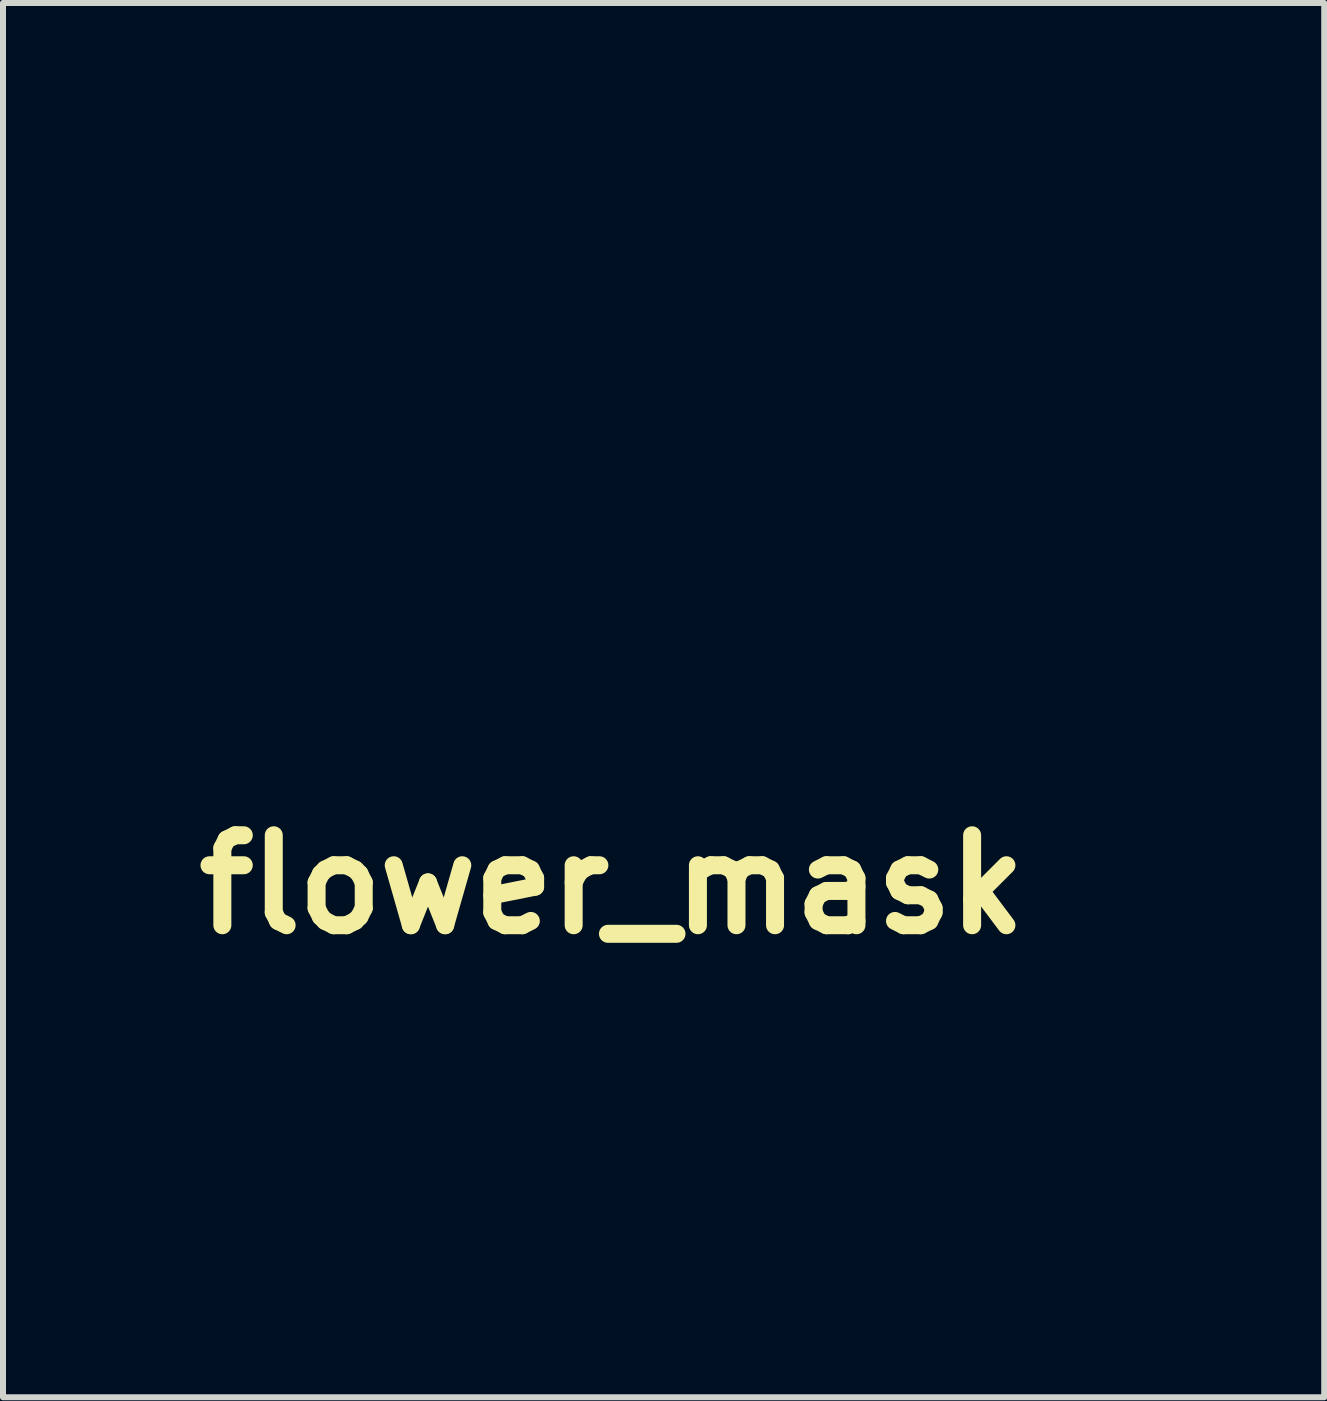
<source format=kicad_pcb>
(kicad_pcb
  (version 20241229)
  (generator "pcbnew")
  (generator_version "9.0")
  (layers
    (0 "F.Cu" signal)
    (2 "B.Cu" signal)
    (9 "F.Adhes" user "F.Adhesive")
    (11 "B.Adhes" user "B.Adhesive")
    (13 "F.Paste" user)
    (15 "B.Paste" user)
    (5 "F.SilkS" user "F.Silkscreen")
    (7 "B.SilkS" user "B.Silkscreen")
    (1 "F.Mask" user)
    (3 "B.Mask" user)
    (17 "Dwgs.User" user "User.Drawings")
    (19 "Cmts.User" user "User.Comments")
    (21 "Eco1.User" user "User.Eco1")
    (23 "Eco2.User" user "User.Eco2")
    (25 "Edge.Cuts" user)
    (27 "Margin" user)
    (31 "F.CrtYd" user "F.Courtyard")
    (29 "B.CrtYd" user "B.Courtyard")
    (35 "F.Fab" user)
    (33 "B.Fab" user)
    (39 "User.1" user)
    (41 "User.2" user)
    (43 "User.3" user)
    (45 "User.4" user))
  (footprint "flower_mask"
    (layer "F.Cu")
    (at 7.157 11.697)
    (property "Reference" "flower_mask" (at 0 0 0) (layer "F.SilkS") (effects (font (size 1.5 1.5) (thickness 0.3))))
    (attr board_only exclude_from_pos_files exclude_from_bom)
    (fp_poly (pts (xy 6.956 3.744) (xy 7.049 3.793) (xy 7.074 3.807) (xy 7.236 3.91) (xy 7.348 4.003) (xy 7.41 4.086) (xy 7.425 4.145) (xy 7.401 4.224) (xy 7.34 4.302) (xy 7.254 4.367) (xy 7.176 4.4) (xy 7.083 4.422) (xy 7.019 4.425) (xy 6.961 4.406) (xy 6.917 4.38) (xy 6.807 4.294) (xy 6.746 4.198) (xy 6.73 4.084) (xy 6.757 3.947) (xy 6.772 3.904) (xy 6.813 3.803) (xy 6.849 3.745) (xy 6.893 3.727)) (stroke (width 0) (type solid)) (fill yes) (layer "F.Mask"))
    (fp_poly (pts (xy 7.725 3.311) (xy 7.805 3.319) (xy 7.864 3.336) (xy 7.915 3.364) (xy 7.92 3.367) (xy 8.01 3.44) (xy 8.068 3.521) (xy 8.102 3.625) (xy 8.118 3.741) (xy 8.123 3.85) (xy 8.116 3.92) (xy 8.1 3.948) (xy 8.074 3.929) (xy 8.05 3.881) (xy 7.981 3.772) (xy 7.87 3.664) (xy 7.726 3.564) (xy 7.559 3.478) (xy 7.379 3.413) (xy 7.343 3.404) (xy 7.207 3.369) (xy 7.294 3.339) (xy 7.36 3.325) (xy 7.46 3.314) (xy 7.575 3.309) (xy 7.607 3.309)) (stroke (width 0) (type solid)) (fill yes) (layer "F.Mask"))
    (fp_poly (pts (xy -4.02 -4.118) (xy -4.016 -4.052) (xy -4.013 -3.955) (xy -4.012 -3.859) (xy -4.007 -3.676) (xy -3.991 -3.537) (xy -3.973 -3.465) (xy -3.949 -3.393) (xy -3.935 -3.342) (xy -3.934 -3.331) (xy -3.957 -3.318) (xy -4.017 -3.31) (xy -4.062 -3.309) (xy -4.158 -3.317) (xy -4.231 -3.347) (xy -4.274 -3.379) (xy -4.364 -3.483) (xy -4.416 -3.606) (xy -4.429 -3.735) (xy -4.401 -3.857) (xy -4.362 -3.925) (xy -4.313 -3.974) (xy -4.239 -4.031) (xy -4.156 -4.084) (xy -4.081 -4.125) (xy -4.028 -4.142) (xy -4.026 -4.142)) (stroke (width 0) (type solid)) (fill yes) (layer "F.Mask"))
    (fp_poly (pts (xy -4.897 -11.695) (xy -4.839 -11.693) (xy -4.713 -11.685) (xy -4.622 -11.671) (xy -4.547 -11.648) (xy -4.471 -11.612) (xy -4.458 -11.605) (xy -4.309 -11.502) (xy -4.191 -11.374) (xy -4.109 -11.232) (xy -4.071 -11.084) (xy -4.069 -11.015) (xy -4.08 -10.93) (xy -4.108 -10.879) (xy -4.162 -10.857) (xy -4.25 -10.859) (xy -4.321 -10.868) (xy -4.526 -10.919) (xy -4.692 -11.004) (xy -4.825 -11.125) (xy -4.917 -11.267) (xy -4.952 -11.341) (xy -4.991 -11.434) (xy -5.029 -11.531) (xy -5.059 -11.616) (xy -5.077 -11.676) (xy -5.08 -11.691) (xy -5.056 -11.695) (xy -4.991 -11.697)) (stroke (width 0) (type solid)) (fill yes) (layer "F.Mask"))
    (fp_poly (pts (xy -2.237 -7.141) (xy -2.109 -7.085) (xy -2.034 -7.02) (xy -1.991 -6.957) (xy -1.949 -6.876) (xy -1.914 -6.788) (xy -1.888 -6.705) (xy -1.876 -6.639) (xy -1.882 -6.6) (xy -1.895 -6.594) (xy -1.928 -6.608) (xy -1.989 -6.638) (xy -2.031 -6.66) (xy -2.124 -6.696) (xy -2.239 -6.718) (xy -2.382 -6.723) (xy -2.558 -6.714) (xy -2.773 -6.688) (xy -2.989 -6.655) (xy -3.059 -6.646) (xy -3.091 -6.652) (xy -3.1 -6.679) (xy -3.1 -6.691) (xy -3.077 -6.763) (xy -3.013 -6.845) (xy -2.918 -6.93) (xy -2.801 -7.011) (xy -2.67 -7.08) (xy -2.548 -7.127) (xy -2.386 -7.156)) (stroke (width 0) (type solid)) (fill yes) (layer "F.Mask"))
    (fp_poly (pts (xy -4.034 -11.616) (xy -3.986 -11.584) (xy -3.923 -11.531) (xy -3.892 -11.5) (xy -3.765 -11.345) (xy -3.684 -11.179) (xy -3.651 -11.011) (xy -3.652 -10.946) (xy -3.665 -10.859) (xy -3.69 -10.769) (xy -3.721 -10.684) (xy -3.755 -10.614) (xy -3.788 -10.567) (xy -3.815 -10.55) (xy -3.832 -10.573) (xy -3.834 -10.583) (xy -3.836 -10.622) (xy -3.838 -10.7) (xy -3.84 -10.805) (xy -3.841 -10.889) (xy -3.842 -11.015) (xy -3.848 -11.105) (xy -3.862 -11.178) (xy -3.888 -11.25) (xy -3.928 -11.338) (xy -3.944 -11.371) (xy -3.991 -11.467) (xy -4.029 -11.544) (xy -4.052 -11.591) (xy -4.057 -11.599) (xy -4.061 -11.623)) (stroke (width 0) (type solid)) (fill yes) (layer "F.Mask"))
    (fp_poly (pts (xy -3.785 -4.049) (xy -3.724 -4.007) (xy -3.642 -3.947) (xy -3.549 -3.876) (xy -3.453 -3.8) (xy -3.366 -3.729) (xy -3.295 -3.668) (xy -3.252 -3.626) (xy -3.249 -3.623) (xy -3.195 -3.538) (xy -3.181 -3.45) (xy -3.207 -3.343) (xy -3.219 -3.314) (xy -3.258 -3.243) (xy -3.315 -3.166) (xy -3.379 -3.095) (xy -3.438 -3.043) (xy -3.481 -3.022) (xy -3.482 -3.022) (xy -3.517 -3.041) (xy -3.565 -3.089) (xy -3.581 -3.11) (xy -3.647 -3.217) (xy -3.71 -3.358) (xy -3.763 -3.513) (xy -3.8 -3.666) (xy -3.804 -3.686) (xy -3.818 -3.791) (xy -3.826 -3.894) (xy -3.829 -3.982) (xy -3.826 -4.043) (xy -3.816 -4.064)) (stroke (width 0) (type solid)) (fill yes) (layer "F.Mask"))
    (fp_poly (pts (xy 1.906 -8.148) (xy 2.006 -8.127) (xy 2.112 -8.085) (xy 2.123 -8.08) (xy 2.279 -8.006) (xy 2.084 -7.973) (xy 1.925 -7.94) (xy 1.808 -7.9) (xy 1.72 -7.846) (xy 1.651 -7.775) (xy 1.65 -7.773) (xy 1.608 -7.702) (xy 1.562 -7.598) (xy 1.519 -7.479) (xy 1.483 -7.363) (xy 1.462 -7.266) (xy 1.459 -7.228) (xy 1.45 -7.176) (xy 1.422 -7.171) (xy 1.375 -7.214) (xy 1.322 -7.283) (xy 1.219 -7.457) (xy 1.161 -7.622) (xy 1.148 -7.727) (xy 1.152 -7.793) (xy 1.171 -7.844) (xy 1.217 -7.898) (xy 1.265 -7.944) (xy 1.402 -8.052) (xy 1.537 -8.119) (xy 1.688 -8.149) (xy 1.785 -8.153)) (stroke (width 0) (type solid)) (fill yes) (layer "F.Mask"))
    (fp_poly (pts (xy -1.015 -7.389) (xy -0.949 -7.348) (xy -0.867 -7.275) (xy -0.76 -7.167) (xy -0.716 -7.12) (xy -0.588 -6.979) (xy -0.495 -6.864) (xy -0.431 -6.768) (xy -0.397 -6.699) (xy -0.36 -6.604) (xy -0.343 -6.548) (xy -0.344 -6.52) (xy -0.361 -6.513) (xy -0.362 -6.513) (xy -0.386 -6.535) (xy -0.412 -6.588) (xy -0.413 -6.59) (xy -0.46 -6.665) (xy -0.548 -6.731) (xy -0.681 -6.792) (xy -0.785 -6.828) (xy -0.89 -6.865) (xy -0.965 -6.908) (xy -1.032 -6.97) (xy -1.067 -7.009) (xy -1.129 -7.091) (xy -1.18 -7.172) (xy -1.204 -7.22) (xy -1.219 -7.281) (xy -1.206 -7.32) (xy -1.173 -7.351) (xy -1.12 -7.387) (xy -1.069 -7.401)) (stroke (width 0) (type solid)) (fill yes) (layer "F.Mask"))
    (fp_poly (pts (xy -5.358 -11.542) (xy -5.292 -11.468) (xy -5.212 -11.344) (xy -5.174 -11.277) (xy -5.068 -11.098) (xy -4.965 -10.961) (xy -4.855 -10.858) (xy -4.729 -10.781) (xy -4.577 -10.722) (xy -4.433 -10.683) (xy -4.332 -10.658) (xy -4.253 -10.636) (xy -4.206 -10.621) (xy -4.2 -10.617) (xy -4.206 -10.591) (xy -4.254 -10.549) (xy -4.337 -10.497) (xy -4.381 -10.473) (xy -4.532 -10.418) (xy -4.683 -10.411) (xy -4.781 -10.435) (xy -4.909 -10.499) (xy -5.021 -10.594) (xy -5.12 -10.725) (xy -5.21 -10.898) (xy -5.295 -11.117) (xy -5.302 -11.137) (xy -5.341 -11.246) (xy -5.382 -11.348) (xy -5.416 -11.422) (xy -5.422 -11.432) (xy -5.455 -11.509) (xy -5.447 -11.554) (xy -5.409 -11.567)) (stroke (width 0) (type solid)) (fill yes) (layer "F.Mask"))
    (fp_poly (pts (xy 1.759 -9.133) (xy 1.943 -9.103) (xy 2.12 -9.059) (xy 2.274 -9.003) (xy 2.375 -8.949) (xy 2.438 -8.903) (xy 2.466 -8.862) (xy 2.471 -8.807) (xy 2.47 -8.784) (xy 2.462 -8.725) (xy 2.442 -8.696) (xy 2.393 -8.685) (xy 2.345 -8.681) (xy 2.184 -8.668) (xy 2.044 -8.646) (xy 1.913 -8.61) (xy 1.78 -8.557) (xy 1.631 -8.482) (xy 1.454 -8.381) (xy 1.417 -8.359) (xy 1.303 -8.292) (xy 1.222 -8.252) (xy 1.167 -8.236) (xy 1.129 -8.241) (xy 1.103 -8.26) (xy 1.095 -8.293) (xy 1.117 -8.354) (xy 1.161 -8.433) (xy 1.218 -8.547) (xy 1.267 -8.688) (xy 1.309 -8.866) (xy 1.341 -9.046) (xy 1.357 -9.144) (xy 1.584 -9.144)) (stroke (width 0) (type solid)) (fill yes) (layer "F.Mask"))
    (fp_poly (pts (xy -3.12 -7.414) (xy -2.972 -7.398) (xy -2.838 -7.375) (xy -2.726 -7.346) (xy -2.647 -7.312) (xy -2.611 -7.275) (xy -2.624 -7.249) (xy -2.665 -7.242) (xy -2.741 -7.226) (xy -2.842 -7.182) (xy -2.954 -7.119) (xy -3.062 -7.044) (xy -3.153 -6.967) (xy -3.216 -6.908) (xy -3.263 -6.868) (xy -3.283 -6.855) (xy -3.313 -6.859) (xy -3.383 -6.864) (xy -3.482 -6.872) (xy -3.569 -6.878) (xy -3.771 -6.894) (xy -3.922 -6.911) (xy -4.022 -6.931) (xy -4.073 -6.952) (xy -4.078 -6.957) (xy -4.08 -7.006) (xy -4.045 -7.074) (xy -3.983 -7.151) (xy -3.9 -7.23) (xy -3.806 -7.302) (xy -3.709 -7.36) (xy -3.648 -7.385) (xy -3.545 -7.408) (xy -3.416 -7.42) (xy -3.271 -7.422)) (stroke (width 0) (type solid)) (fill yes) (layer "F.Mask"))
    (fp_poly (pts (xy -2.963 -3.403) (xy -2.923 -3.351) (xy -2.866 -3.251) (xy -2.854 -3.227) (xy -2.785 -3.058) (xy -2.76 -2.91) (xy -2.782 -2.778) (xy -2.851 -2.653) (xy -2.969 -2.528) (xy -3.011 -2.492) (xy -3.218 -2.347) (xy -3.425 -2.248) (xy -3.628 -2.197) (xy -3.824 -2.194) (xy -3.895 -2.206) (xy -4.074 -2.267) (xy -4.214 -2.363) (xy -4.318 -2.495) (xy -4.342 -2.543) (xy -4.374 -2.622) (xy -4.392 -2.682) (xy -4.392 -2.705) (xy -4.362 -2.716) (xy -4.291 -2.727) (xy -4.191 -2.737) (xy -4.097 -2.744) (xy -3.815 -2.776) (xy -3.563 -2.838) (xy -3.347 -2.929) (xy -3.171 -3.046) (xy -3.156 -3.059) (xy -3.097 -3.128) (xy -3.043 -3.217) (xy -3.006 -3.305) (xy -2.996 -3.36) (xy -2.988 -3.406)) (stroke (width 0) (type solid)) (fill yes) (layer "F.Mask"))
    (fp_poly (pts (xy -4.154 -5.458) (xy -3.874 -5.404) (xy -3.587 -5.303) (xy -3.298 -5.157) (xy -3.159 -5.07) (xy -3.081 -5.016) (xy -3.023 -4.973) (xy -2.997 -4.948) (xy -2.996 -4.946) (xy -3.019 -4.943) (xy -3.079 -4.95) (xy -3.159 -4.965) (xy -3.249 -4.978) (xy -3.379 -4.988) (xy -3.54 -4.995) (xy -3.719 -4.999) (xy -3.906 -5.001) (xy -4.089 -4.999) (xy -4.257 -4.994) (xy -4.4 -4.986) (xy -4.505 -4.975) (xy -4.507 -4.975) (xy -4.658 -4.937) (xy -4.827 -4.874) (xy -4.998 -4.792) (xy -5.156 -4.699) (xy -5.287 -4.604) (xy -5.343 -4.551) (xy -5.396 -4.494) (xy -5.379 -4.637) (xy -5.33 -4.843) (xy -5.237 -5.026) (xy -5.104 -5.182) (xy -4.937 -5.309) (xy -4.738 -5.4) (xy -4.513 -5.454) (xy -4.423 -5.464)) (stroke (width 0) (type solid)) (fill yes) (layer "F.Mask"))
    (fp_poly (pts (xy 0.209 -5.844) (xy 0.255 -5.802) (xy 0.262 -5.794) (xy 0.381 -5.687) (xy 0.539 -5.576) (xy 0.726 -5.467) (xy 0.931 -5.366) (xy 1.143 -5.279) (xy 1.146 -5.278) (xy 1.254 -5.235) (xy 1.314 -5.2) (xy 1.324 -5.174) (xy 1.285 -5.154) (xy 1.195 -5.141) (xy 1.055 -5.135) (xy 1.01 -5.134) (xy 0.887 -5.131) (xy 0.779 -5.127) (xy 0.699 -5.123) (xy 0.664 -5.119) (xy 0.609 -5.115) (xy 0.586 -5.118) (xy 0.55 -5.127) (xy 0.477 -5.145) (xy 0.382 -5.168) (xy 0.358 -5.173) (xy 0.246 -5.203) (xy 0.177 -5.231) (xy 0.145 -5.261) (xy 0.141 -5.269) (xy 0.136 -5.315) (xy 0.135 -5.393) (xy 0.139 -5.492) (xy 0.145 -5.6) (xy 0.153 -5.703) (xy 0.163 -5.789) (xy 0.173 -5.846) (xy 0.181 -5.862)) (stroke (width 0) (type solid)) (fill yes) (layer "F.Mask"))
    (fp_poly (pts (xy 2.413 -7.448) (xy 2.474 -7.435) (xy 2.523 -7.405) (xy 2.569 -7.362) (xy 2.636 -7.271) (xy 2.657 -7.174) (xy 2.631 -7.063) (xy 2.607 -7.013) (xy 2.511 -6.872) (xy 2.391 -6.766) (xy 2.255 -6.7) (xy 2.11 -6.676) (xy 1.967 -6.7) (xy 1.871 -6.753) (xy 1.776 -6.836) (xy 1.701 -6.93) (xy 1.677 -6.974) (xy 1.646 -7.098) (xy 1.648 -7.226) (xy 1.672 -7.308) (xy 1.703 -7.356) (xy 1.746 -7.367) (xy 1.783 -7.361) (xy 1.941 -7.311) (xy 2.104 -7.228) (xy 2.25 -7.125) (xy 2.325 -7.053) (xy 2.448 -6.917) (xy 2.449 -7.004) (xy 2.424 -7.135) (xy 2.356 -7.254) (xy 2.262 -7.339) (xy 2.203 -7.383) (xy 2.167 -7.418) (xy 2.162 -7.428) (xy 2.186 -7.44) (xy 2.248 -7.448) (xy 2.321 -7.451)) (stroke (width 0) (type solid)) (fill yes) (layer "F.Mask"))
    (fp_poly (pts (xy 8.423 3.554) (xy 8.514 3.579) (xy 8.611 3.62) (xy 8.704 3.672) (xy 8.779 3.73) (xy 8.824 3.786) (xy 8.864 3.91) (xy 8.869 4.055) (xy 8.841 4.204) (xy 8.793 4.32) (xy 8.677 4.488) (xy 8.527 4.636) (xy 8.352 4.761) (xy 8.161 4.861) (xy 7.961 4.93) (xy 7.761 4.967) (xy 7.57 4.967) (xy 7.395 4.928) (xy 7.346 4.907) (xy 7.203 4.839) (xy 7.365 4.805) (xy 7.557 4.745) (xy 7.753 4.647) (xy 7.936 4.523) (xy 8.026 4.445) (xy 8.102 4.369) (xy 8.152 4.305) (xy 8.187 4.233) (xy 8.218 4.136) (xy 8.228 4.098) (xy 8.256 3.978) (xy 8.276 3.856) (xy 8.285 3.757) (xy 8.285 3.75) (xy 8.289 3.663) (xy 8.299 3.596) (xy 8.308 3.572) (xy 8.35 3.55)) (stroke (width 0) (type solid)) (fill yes) (layer "F.Mask"))
    (fp_poly (pts (xy -5.249 -2.981) (xy -5.124 -2.978) (xy -5.033 -2.967) (xy -4.959 -2.947) (xy -4.885 -2.914) (xy -4.772 -2.855) (xy -4.696 -2.809) (xy -4.646 -2.766) (xy -4.61 -2.716) (xy -4.584 -2.668) (xy -4.527 -2.575) (xy -4.442 -2.462) (xy -4.341 -2.344) (xy -4.235 -2.235) (xy -4.137 -2.147) (xy -4.116 -2.131) (xy -3.999 -2.045) (xy -4.119 -2.037) (xy -4.212 -2.039) (xy -4.326 -2.052) (xy -4.404 -2.067) (xy -4.533 -2.089) (xy -4.648 -2.093) (xy -4.736 -2.08) (xy -4.779 -2.057) (xy -4.82 -2.04) (xy -4.887 -2.032) (xy -4.895 -2.032) (xy -4.943 -2.037) (xy -4.988 -2.055) (xy -5.042 -2.095) (xy -5.113 -2.162) (xy -5.171 -2.221) (xy -5.306 -2.373) (xy -5.399 -2.511) (xy -5.456 -2.646) (xy -5.48 -2.787) (xy -5.481 -2.827) (xy -5.484 -2.983)) (stroke (width 0) (type solid)) (fill yes) (layer "F.Mask"))
    (fp_poly (pts (xy -4.526 -4.122) (xy -4.549 -4.069) (xy -4.575 -4.018) (xy -4.612 -3.942) (xy -4.63 -3.874) (xy -4.633 -3.793) (xy -4.628 -3.721) (xy -4.596 -3.541) (xy -4.531 -3.391) (xy -4.451 -3.292) (xy -4.361 -3.234) (xy -4.237 -3.187) (xy -4.098 -3.157) (xy -3.996 -3.148) (xy -3.908 -3.141) (xy -3.836 -3.123) (xy -3.811 -3.11) (xy -3.779 -3.081) (xy -3.789 -3.056) (xy -3.814 -3.036) (xy -3.894 -2.993) (xy -4.012 -2.957) (xy -4.151 -2.928) (xy -4.297 -2.909) (xy -4.434 -2.903) (xy -4.548 -2.913) (xy -4.559 -2.915) (xy -4.714 -2.97) (xy -4.836 -3.062) (xy -4.894 -3.133) (xy -4.983 -3.302) (xy -5.022 -3.471) (xy -5.011 -3.636) (xy -4.954 -3.791) (xy -4.85 -3.931) (xy -4.701 -4.052) (xy -4.619 -4.099) (xy -4.56 -4.128) (xy -4.524 -4.142) (xy -4.522 -4.142)) (stroke (width 0) (type solid)) (fill yes) (layer "F.Mask"))
    (fp_poly (pts (xy -4.086 -6.738) (xy -3.974 -6.73) (xy -3.864 -6.717) (xy -3.77 -6.702) (xy -3.702 -6.685) (xy -3.673 -6.669) (xy -3.673 -6.668) (xy -3.693 -6.642) (xy -3.738 -6.607) (xy -3.829 -6.518) (xy -3.888 -6.396) (xy -3.916 -6.252) (xy -3.912 -6.094) (xy -3.876 -5.931) (xy -3.809 -5.773) (xy -3.738 -5.663) (xy -3.697 -5.607) (xy -3.675 -5.569) (xy -3.673 -5.564) (xy -3.675 -5.557) (xy -3.684 -5.553) (xy -3.71 -5.554) (xy -3.759 -5.559) (xy -3.839 -5.57) (xy -3.958 -5.588) (xy -4.051 -5.602) (xy -4.364 -5.649) (xy -4.463 -5.76) (xy -4.562 -5.89) (xy -4.642 -6.031) (xy -4.702 -6.176) (xy -4.737 -6.313) (xy -4.745 -6.435) (xy -4.724 -6.531) (xy -4.701 -6.568) (xy -4.611 -6.637) (xy -4.483 -6.693) (xy -4.331 -6.731) (xy -4.273 -6.738) (xy -4.19 -6.742)) (stroke (width 0) (type solid)) (fill yes) (layer "F.Mask"))
    (fp_poly (pts (xy -2.165 -6.467) (xy -2.093 -6.417) (xy -2.016 -6.348) (xy -1.947 -6.271) (xy -1.904 -6.204) (xy -1.862 -6.101) (xy -1.813 -5.949) (xy -1.76 -5.749) (xy -1.702 -5.503) (xy -1.693 -5.461) (xy -1.657 -5.272) (xy -1.645 -5.115) (xy -1.657 -4.977) (xy -1.694 -4.844) (xy -1.759 -4.7) (xy -1.76 -4.698) (xy -1.81 -4.606) (xy -1.853 -4.534) (xy -1.883 -4.494) (xy -1.89 -4.489) (xy -1.916 -4.504) (xy -1.972 -4.55) (xy -2.051 -4.622) (xy -2.147 -4.715) (xy -2.232 -4.8) (xy -2.367 -4.941) (xy -2.479 -5.068) (xy -2.562 -5.172) (xy -2.612 -5.249) (xy -2.612 -5.249) (xy -2.7 -5.461) (xy -2.75 -5.669) (xy -2.76 -5.864) (xy -2.736 -6.017) (xy -2.698 -6.093) (xy -2.63 -6.182) (xy -2.543 -6.274) (xy -2.447 -6.36) (xy -2.352 -6.431) (xy -2.269 -6.476) (xy -2.221 -6.487)) (stroke (width 0) (type solid)) (fill yes) (layer "F.Mask"))
    (fp_poly (pts (xy 7.405 3.54) (xy 7.594 3.605) (xy 7.756 3.709) (xy 7.814 3.762) (xy 7.868 3.826) (xy 7.897 3.889) (xy 7.912 3.975) (xy 7.914 4.006) (xy 7.91 4.158) (xy 7.87 4.279) (xy 7.788 4.383) (xy 7.72 4.44) (xy 7.606 4.512) (xy 7.481 4.573) (xy 7.361 4.617) (xy 7.262 4.636) (xy 7.248 4.636) (xy 7.17 4.622) (xy 7.112 4.598) (xy 7.075 4.571) (xy 7.085 4.56) (xy 7.088 4.56) (xy 7.188 4.543) (xy 7.303 4.504) (xy 7.412 4.451) (xy 7.492 4.393) (xy 7.493 4.392) (xy 7.565 4.288) (xy 7.599 4.169) (xy 7.592 4.049) (xy 7.569 3.989) (xy 7.5 3.899) (xy 7.386 3.806) (xy 7.233 3.716) (xy 7.145 3.673) (xy 7.043 3.62) (xy 6.991 3.578) (xy 6.991 3.547) (xy 7.042 3.527) (xy 7.144 3.518) (xy 7.199 3.517)) (stroke (width 0) (type solid)) (fill yes) (layer "F.Mask"))
    (fp_poly (pts (xy -0.881 -6.626) (xy -0.755 -6.571) (xy -0.636 -6.476) (xy -0.519 -6.337) (xy -0.401 -6.15) (xy -0.38 -6.113) (xy -0.298 -5.946) (xy -0.246 -5.787) (xy -0.217 -5.615) (xy -0.209 -5.412) (xy -0.209 -5.407) (xy -0.216 -5.234) (xy -0.241 -5.095) (xy -0.29 -4.976) (xy -0.37 -4.862) (xy -0.487 -4.738) (xy -0.511 -4.714) (xy -0.743 -4.519) (xy -0.975 -4.374) (xy -1.209 -4.278) (xy -1.449 -4.23) (xy -1.491 -4.227) (xy -1.596 -4.221) (xy -1.659 -4.224) (xy -1.688 -4.234) (xy -1.693 -4.249) (xy -1.679 -4.288) (xy -1.643 -4.354) (xy -1.592 -4.436) (xy -1.588 -4.442) (xy -1.407 -4.744) (xy -1.278 -5.04) (xy -1.199 -5.333) (xy -1.171 -5.624) (xy -1.193 -5.915) (xy -1.234 -6.105) (xy -1.271 -6.249) (xy -1.292 -6.353) (xy -1.298 -6.428) (xy -1.287 -6.484) (xy -1.26 -6.529) (xy -1.226 -6.567) (xy -1.17 -6.615) (xy -1.109 -6.637) (xy -1.023 -6.643) (xy -1.017 -6.643)) (stroke (width 0) (type solid)) (fill yes) (layer "F.Mask"))
    (fp_poly (pts (xy 6.483 2.501) (xy 6.695 2.563) (xy 6.712 2.569) (xy 6.807 2.609) (xy 6.679 2.724) (xy 6.595 2.788) (xy 6.474 2.865) (xy 6.324 2.949) (xy 6.2 3.013) (xy 6.056 3.086) (xy 5.946 3.147) (xy 5.859 3.203) (xy 5.782 3.263) (xy 5.701 3.336) (xy 5.639 3.398) (xy 5.542 3.502) (xy 5.449 3.613) (xy 5.373 3.714) (xy 5.338 3.769) (xy 5.291 3.851) (xy 5.259 3.896) (xy 5.234 3.908) (xy 5.208 3.898) (xy 5.197 3.889) (xy 5.152 3.861) (xy 5.073 3.818) (xy 4.972 3.767) (xy 4.902 3.733) (xy 4.8 3.681) (xy 4.716 3.633) (xy 4.661 3.596) (xy 4.646 3.581) (xy 4.645 3.513) (xy 4.678 3.425) (xy 4.74 3.331) (xy 4.8 3.263) (xy 4.861 3.213) (xy 4.96 3.144) (xy 5.089 3.059) (xy 5.24 2.965) (xy 5.405 2.867) (xy 5.575 2.768) (xy 5.744 2.674) (xy 5.854 2.616) (xy 6.068 2.527) (xy 6.276 2.489)) (stroke (width 0) (type solid)) (fill yes) (layer "F.Mask"))
    (fp_poly (pts (xy -4.616 -4.479) (xy -4.598 -4.472) (xy -4.527 -4.44) (xy -4.453 -4.4) (xy -4.39 -4.362) (xy -4.354 -4.332) (xy -4.351 -4.325) (xy -4.374 -4.315) (xy -4.431 -4.306) (xy -4.448 -4.305) (xy -4.647 -4.268) (xy -4.834 -4.188) (xy -4.995 -4.073) (xy -5.019 -4.05) (xy -5.101 -3.959) (xy -5.153 -3.872) (xy -5.179 -3.775) (xy -5.183 -3.653) (xy -5.178 -3.555) (xy -5.153 -3.406) (xy -5.097 -3.27) (xy -5.081 -3.242) (xy -5.033 -3.153) (xy -5.012 -3.103) (xy -5.016 -3.086) (xy -5.046 -3.095) (xy -5.057 -3.102) (xy -5.101 -3.118) (xy -5.181 -3.141) (xy -5.283 -3.168) (xy -5.325 -3.178) (xy -5.507 -3.227) (xy -5.646 -3.282) (xy -5.75 -3.345) (xy -5.806 -3.396) (xy -5.841 -3.447) (xy -5.854 -3.509) (xy -5.845 -3.591) (xy -5.812 -3.704) (xy -5.78 -3.792) (xy -5.697 -3.957) (xy -5.58 -4.109) (xy -5.437 -4.243) (xy -5.276 -4.354) (xy -5.105 -4.438) (xy -4.933 -4.49) (xy -4.767 -4.505)) (stroke (width 0) (type solid)) (fill yes) (layer "F.Mask"))
    (fp_poly (pts (xy -3.809 -4.828) (xy -3.612 -4.82) (xy -3.417 -4.806) (xy -3.231 -4.787) (xy -3.062 -4.761) (xy -2.916 -4.731) (xy -2.852 -4.713) (xy -2.725 -4.66) (xy -2.624 -4.584) (xy -2.546 -4.48) (xy -2.487 -4.341) (xy -2.444 -4.162) (xy -2.418 -3.975) (xy -2.405 -3.832) (xy -2.402 -3.716) (xy -2.41 -3.604) (xy -2.43 -3.472) (xy -2.431 -3.463) (xy -2.465 -3.28) (xy -2.496 -3.145) (xy -2.522 -3.059) (xy -2.545 -3.023) (xy -2.549 -3.022) (xy -2.566 -3.045) (xy -2.589 -3.102) (xy -2.6 -3.14) (xy -2.653 -3.283) (xy -2.738 -3.426) (xy -2.857 -3.571) (xy -3.014 -3.72) (xy -3.212 -3.878) (xy -3.453 -4.046) (xy -3.686 -4.195) (xy -3.83 -4.281) (xy -3.982 -4.368) (xy -4.136 -4.453) (xy -4.282 -4.53) (xy -4.415 -4.596) (xy -4.525 -4.648) (xy -4.604 -4.68) (xy -4.642 -4.689) (xy -4.682 -4.706) (xy -4.689 -4.725) (xy -4.664 -4.757) (xy -4.595 -4.784) (xy -4.487 -4.804) (xy -4.347 -4.819) (xy -4.184 -4.828) (xy -4.002 -4.831)) (stroke (width 0) (type solid)) (fill yes) (layer "F.Mask"))
    (fp_poly (pts (xy 0.904 -8.079) (xy 0.911 -8.02) (xy 0.912 -7.991) (xy 0.921 -7.882) (xy 0.945 -7.745) (xy 0.979 -7.601) (xy 1.019 -7.471) (xy 1.031 -7.44) (xy 1.126 -7.258) (xy 1.27 -7.074) (xy 1.463 -6.888) (xy 1.706 -6.698) (xy 1.824 -6.617) (xy 1.935 -6.539) (xy 2.058 -6.449) (xy 2.187 -6.35) (xy 2.313 -6.25) (xy 2.432 -6.153) (xy 2.535 -6.065) (xy 2.615 -5.992) (xy 2.667 -5.939) (xy 2.683 -5.913) (xy 2.658 -5.895) (xy 2.588 -5.874) (xy 2.478 -5.854) (xy 2.335 -5.834) (xy 2.165 -5.816) (xy 2.084 -5.809) (xy 1.952 -5.798) (xy 1.837 -5.787) (xy 1.751 -5.778) (xy 1.703 -5.771) (xy 1.699 -5.77) (xy 1.663 -5.778) (xy 1.656 -5.79) (xy 1.646 -5.83) (xy 1.628 -5.906) (xy 1.606 -6) (xy 1.605 -6.005) (xy 1.515 -6.283) (xy 1.374 -6.563) (xy 1.181 -6.846) (xy 0.975 -7.089) (xy 0.856 -7.243) (xy 0.766 -7.409) (xy 0.71 -7.578) (xy 0.691 -7.737) (xy 0.706 -7.852) (xy 0.736 -7.926) (xy 0.782 -8.003) (xy 0.833 -8.065) (xy 0.879 -8.099) (xy 0.891 -8.102)) (stroke (width 0) (type solid)) (fill yes) (layer "F.Mask"))
    (fp_poly (pts (xy -3.298 -6.673) (xy -3.314 -6.618) (xy -3.326 -6.584) (xy -3.357 -6.455) (xy -3.369 -6.304) (xy -3.362 -6.152) (xy -3.336 -6.018) (xy -3.317 -5.966) (xy -3.262 -5.849) (xy -3.276 -5.998) (xy -3.276 -6.137) (xy -3.246 -6.261) (xy -3.244 -6.268) (xy -3.198 -6.352) (xy -3.13 -6.414) (xy -3.032 -6.457) (xy -2.896 -6.485) (xy -2.761 -6.499) (xy -2.655 -6.506) (xy -2.594 -6.508) (xy -2.57 -6.503) (xy -2.576 -6.49) (xy -2.605 -6.468) (xy -2.742 -6.356) (xy -2.858 -6.235) (xy -2.94 -6.118) (xy -2.949 -6.1) (xy -2.989 -5.975) (xy -3.007 -5.819) (xy -3.003 -5.646) (xy -2.977 -5.472) (xy -2.95 -5.373) (xy -2.926 -5.291) (xy -2.913 -5.232) (xy -2.914 -5.211) (xy -2.944 -5.223) (xy -3.004 -5.253) (xy -3.048 -5.277) (xy -3.224 -5.406) (xy -3.377 -5.579) (xy -3.505 -5.789) (xy -3.603 -6.033) (xy -3.638 -6.157) (xy -3.659 -6.25) (xy -3.666 -6.312) (xy -3.658 -6.361) (xy -3.636 -6.415) (xy -3.635 -6.416) (xy -3.599 -6.466) (xy -3.536 -6.529) (xy -3.461 -6.594) (xy -3.386 -6.65) (xy -3.324 -6.687) (xy -3.297 -6.695)) (stroke (width 0) (type solid)) (fill yes) (layer "F.Mask"))
    (fp_poly (pts (xy 2.585 -7.828) (xy 2.751 -7.799) (xy 2.89 -7.756) (xy 2.961 -7.719) (xy 3.066 -7.625) (xy 3.141 -7.507) (xy 3.177 -7.38) (xy 3.178 -7.347) (xy 3.16 -7.184) (xy 3.108 -7.003) (xy 3.03 -6.816) (xy 2.932 -6.641) (xy 2.82 -6.491) (xy 2.791 -6.46) (xy 2.721 -6.39) (xy 2.668 -6.351) (xy 2.617 -6.334) (xy 2.55 -6.33) (xy 2.548 -6.33) (xy 2.429 -6.348) (xy 2.361 -6.384) (xy 2.314 -6.426) (xy 2.293 -6.456) (xy 2.293 -6.458) (xy 2.315 -6.477) (xy 2.372 -6.508) (xy 2.436 -6.537) (xy 2.584 -6.624) (xy 2.709 -6.747) (xy 2.8 -6.893) (xy 2.827 -6.964) (xy 2.858 -7.104) (xy 2.859 -7.22) (xy 2.829 -7.331) (xy 2.816 -7.361) (xy 2.743 -7.463) (xy 2.632 -7.533) (xy 2.489 -7.57) (xy 2.319 -7.572) (xy 2.126 -7.538) (xy 2.101 -7.532) (xy 1.994 -7.505) (xy 1.896 -7.486) (xy 1.827 -7.477) (xy 1.82 -7.477) (xy 1.766 -7.481) (xy 1.748 -7.503) (xy 1.755 -7.56) (xy 1.755 -7.561) (xy 1.799 -7.661) (xy 1.886 -7.742) (xy 2.007 -7.8) (xy 2.057 -7.813) (xy 2.224 -7.836) (xy 2.404 -7.841)) (stroke (width 0) (type solid)) (fill yes) (layer "F.Mask"))
    (fp_poly (pts (xy -1.818 -7.64) (xy -1.7 -7.582) (xy -1.609 -7.484) (xy -1.544 -7.344) (xy -1.504 -7.162) (xy -1.488 -6.935) (xy -1.493 -6.725) (xy -1.498 -6.533) (xy -1.491 -6.376) (xy -1.471 -6.241) (xy -1.471 -6.239) (xy -1.45 -6.114) (xy -1.433 -5.974) (xy -1.422 -5.828) (xy -1.415 -5.685) (xy -1.414 -5.551) (xy -1.417 -5.435) (xy -1.426 -5.345) (xy -1.44 -5.288) (xy -1.459 -5.273) (xy -1.466 -5.278) (xy -1.48 -5.316) (xy -1.485 -5.364) (xy -1.493 -5.437) (xy -1.515 -5.546) (xy -1.547 -5.68) (xy -1.586 -5.825) (xy -1.629 -5.969) (xy -1.672 -6.099) (xy -1.695 -6.161) (xy -1.751 -6.305) (xy -1.788 -6.411) (xy -1.81 -6.49) (xy -1.817 -6.554) (xy -1.812 -6.612) (xy -1.796 -6.675) (xy -1.787 -6.704) (xy -1.759 -6.838) (xy -1.773 -6.949) (xy -1.831 -7.05) (xy -1.883 -7.106) (xy -1.96 -7.166) (xy -2.071 -7.233) (xy -2.199 -7.3) (xy -2.327 -7.358) (xy -2.441 -7.4) (xy -2.5 -7.415) (xy -2.566 -7.427) (xy -2.588 -7.441) (xy -2.576 -7.466) (xy -2.563 -7.48) (xy -2.507 -7.519) (xy -2.414 -7.559) (xy -2.298 -7.598) (xy -2.173 -7.63) (xy -2.054 -7.652) (xy -1.962 -7.659)) (stroke (width 0) (type solid)) (fill yes) (layer "F.Mask"))
    (fp_poly (pts (xy 4.731 3.897) (xy 4.864 3.934) (xy 4.988 3.982) (xy 5.112 4.045) (xy 5.244 4.129) (xy 5.394 4.239) (xy 5.57 4.38) (xy 5.62 4.422) (xy 5.789 4.562) (xy 5.929 4.673) (xy 6.048 4.762) (xy 6.155 4.834) (xy 6.26 4.897) (xy 6.37 4.956) (xy 6.392 4.967) (xy 6.556 5.041) (xy 6.751 5.115) (xy 6.955 5.181) (xy 7.147 5.233) (xy 7.216 5.248) (xy 7.386 5.282) (xy 7.216 5.36) (xy 6.918 5.475) (xy 6.626 5.538) (xy 6.342 5.549) (xy 6.065 5.509) (xy 6.064 5.508) (xy 5.953 5.475) (xy 5.834 5.427) (xy 5.718 5.371) (xy 5.613 5.312) (xy 5.531 5.255) (xy 5.481 5.207) (xy 5.471 5.183) (xy 5.494 5.168) (xy 5.552 5.159) (xy 5.581 5.158) (xy 5.655 5.152) (xy 5.733 5.138) (xy 5.803 5.118) (xy 5.853 5.098) (xy 5.872 5.08) (xy 5.862 5.071) (xy 5.819 5.062) (xy 5.739 5.05) (xy 5.637 5.036) (xy 5.595 5.031) (xy 5.482 5.014) (xy 5.38 4.993) (xy 5.307 4.971) (xy 5.293 4.965) (xy 5.196 4.895) (xy 5.089 4.787) (xy 4.982 4.65) (xy 4.879 4.497) (xy 4.79 4.338) (xy 4.72 4.185) (xy 4.678 4.048) (xy 4.67 4.001) (xy 4.656 3.879)) (stroke (width 0) (type solid)) (fill yes) (layer "F.Mask"))
    (fp_poly (pts (xy -2.278 -4.47) (xy -2.224 -4.431) (xy -2.151 -4.37) (xy -2.068 -4.293) (xy -1.981 -4.207) (xy -1.945 -4.168) (xy -1.789 -3.968) (xy -1.676 -3.755) (xy -1.611 -3.536) (xy -1.597 -3.432) (xy -1.593 -3.284) (xy -1.604 -3.141) (xy -1.635 -2.991) (xy -1.687 -2.82) (xy -1.763 -2.618) (xy -1.772 -2.594) (xy -1.826 -2.456) (xy -1.876 -2.316) (xy -1.917 -2.192) (xy -1.943 -2.104) (xy -1.966 -2.017) (xy -1.988 -1.954) (xy -2.002 -1.929) (xy -2.003 -1.929) (xy -2.032 -1.943) (xy -2.089 -1.978) (xy -2.123 -2) (xy -2.199 -2.041) (xy -2.305 -2.088) (xy -2.428 -2.136) (xy -2.554 -2.18) (xy -2.669 -2.215) (xy -2.759 -2.236) (xy -2.794 -2.24) (xy -2.846 -2.243) (xy -2.866 -2.25) (xy -2.85 -2.273) (xy -2.809 -2.321) (xy -2.781 -2.352) (xy -2.739 -2.4) (xy -2.7 -2.451) (xy -2.657 -2.512) (xy -2.608 -2.592) (xy -2.546 -2.699) (xy -2.467 -2.838) (xy -2.409 -2.941) (xy -2.32 -3.108) (xy -2.256 -3.248) (xy -2.214 -3.373) (xy -2.19 -3.501) (xy -2.179 -3.645) (xy -2.177 -3.79) (xy -2.18 -3.936) (xy -2.19 -4.048) (xy -2.208 -4.146) (xy -2.238 -4.247) (xy -2.246 -4.272) (xy -2.277 -4.365) (xy -2.298 -4.436) (xy -2.305 -4.475) (xy -2.304 -4.477)) (stroke (width 0) (type solid)) (fill yes) (layer "F.Mask"))
    (fp_poly (pts (xy 2.406 -8.486) (xy 2.533 -8.471) (xy 2.673 -8.448) (xy 2.814 -8.421) (xy 2.946 -8.391) (xy 3.055 -8.361) (xy 3.132 -8.334) (xy 3.159 -8.318) (xy 3.225 -8.232) (xy 3.266 -8.111) (xy 3.282 -7.949) (xy 3.282 -7.907) (xy 3.284 -7.814) (xy 3.289 -7.744) (xy 3.295 -7.712) (xy 3.297 -7.711) (xy 3.327 -7.722) (xy 3.383 -7.748) (xy 3.39 -7.752) (xy 3.451 -7.775) (xy 3.546 -7.802) (xy 3.66 -7.828) (xy 3.715 -7.839) (xy 3.961 -7.886) (xy 3.977 -7.822) (xy 3.986 -7.739) (xy 3.983 -7.621) (xy 3.971 -7.486) (xy 3.951 -7.349) (xy 3.924 -7.227) (xy 3.908 -7.172) (xy 3.823 -6.997) (xy 3.702 -6.849) (xy 3.555 -6.739) (xy 3.526 -6.724) (xy 3.446 -6.684) (xy 3.379 -6.651) (xy 3.354 -6.639) (xy 3.305 -6.619) (xy 3.285 -6.631) (xy 3.283 -6.663) (xy 3.29 -6.712) (xy 3.305 -6.792) (xy 3.322 -6.865) (xy 3.34 -6.96) (xy 3.347 -7.055) (xy 3.342 -7.17) (xy 3.333 -7.268) (xy 3.318 -7.4) (xy 3.305 -7.492) (xy 3.29 -7.556) (xy 3.268 -7.602) (xy 3.236 -7.643) (xy 3.19 -7.691) (xy 3.187 -7.694) (xy 3.071 -7.781) (xy 2.918 -7.852) (xy 2.745 -7.901) (xy 2.718 -7.905) (xy 2.612 -7.943) (xy 2.529 -8.013) (xy 2.418 -8.115) (xy 2.288 -8.194) (xy 2.125 -8.257) (xy 2.048 -8.279) (xy 1.951 -8.306) (xy 1.875 -8.33) (xy 1.832 -8.347) (xy 1.828 -8.35) (xy 1.829 -8.375) (xy 1.873 -8.403) (xy 1.947 -8.432) (xy 2.042 -8.458) (xy 2.147 -8.479) (xy 2.253 -8.491) (xy 2.304 -8.492)) (stroke (width 0) (type solid)) (fill yes) (layer "F.Mask"))
    (fp_poly (pts (xy 4.028 -6.55) (xy 4.137 -6.519) (xy 4.2 -6.49) (xy 4.222 -6.456) (xy 4.208 -6.408) (xy 4.162 -6.339) (xy 4.162 -6.339) (xy 3.994 -6.143) (xy 3.802 -5.99) (xy 3.581 -5.879) (xy 3.328 -5.806) (xy 3.216 -5.787) (xy 3.061 -5.766) (xy 3.264 -5.671) (xy 3.357 -5.623) (xy 3.432 -5.579) (xy 3.475 -5.547) (xy 3.48 -5.539) (xy 3.477 -5.486) (xy 3.445 -5.409) (xy 3.391 -5.32) (xy 3.322 -5.233) (xy 3.299 -5.208) (xy 3.202 -5.123) (xy 3.074 -5.027) (xy 2.93 -4.932) (xy 2.786 -4.849) (xy 2.691 -4.801) (xy 2.597 -4.764) (xy 2.5 -4.741) (xy 2.382 -4.727) (xy 2.293 -4.722) (xy 2.045 -4.711) (xy 1.897 -4.818) (xy 1.806 -4.877) (xy 1.701 -4.939) (xy 1.594 -4.997) (xy 1.496 -5.043) (xy 1.421 -5.073) (xy 1.387 -5.08) (xy 1.357 -5.096) (xy 1.359 -5.131) (xy 1.388 -5.167) (xy 1.413 -5.181) (xy 1.469 -5.195) (xy 1.557 -5.209) (xy 1.644 -5.22) (xy 1.769 -5.238) (xy 1.884 -5.264) (xy 1.981 -5.295) (xy 2.051 -5.327) (xy 2.084 -5.359) (xy 2.08 -5.38) (xy 2.051 -5.389) (xy 1.984 -5.405) (xy 1.888 -5.426) (xy 1.823 -5.44) (xy 1.711 -5.463) (xy 1.643 -5.479) (xy 1.614 -5.492) (xy 1.617 -5.504) (xy 1.645 -5.518) (xy 1.654 -5.522) (xy 1.761 -5.556) (xy 1.91 -5.589) (xy 2.091 -5.621) (xy 2.293 -5.648) (xy 2.332 -5.652) (xy 2.555 -5.684) (xy 2.728 -5.724) (xy 2.85 -5.773) (xy 2.923 -5.831) (xy 2.947 -5.9) (xy 2.923 -5.98) (xy 2.851 -6.071) (xy 2.84 -6.083) (xy 2.77 -6.155) (xy 2.74 -6.2) (xy 2.747 -6.222) (xy 2.775 -6.226) (xy 2.82 -6.237) (xy 2.891 -6.266) (xy 2.939 -6.289) (xy 3.218 -6.419) (xy 3.466 -6.509) (xy 3.685 -6.559) (xy 3.877 -6.572)) (stroke (width 0) (type solid)) (fill yes) (layer "F.Mask"))
    (fp_poly (pts (xy 7.547 2.754) (xy 7.696 2.789) (xy 7.798 2.825) (xy 7.867 2.863) (xy 7.921 2.915) (xy 7.946 2.949) (xy 8.007 3.058) (xy 8.024 3.156) (xy 8.02 3.22) (xy 8.012 3.254) (xy 8.009 3.256) (xy 7.98 3.249) (xy 7.912 3.227) (xy 7.816 3.196) (xy 7.714 3.162) (xy 7.553 3.112) (xy 7.426 3.086) (xy 7.318 3.084) (xy 7.219 3.106) (xy 7.114 3.153) (xy 7.071 3.177) (xy 7.001 3.223) (xy 6.937 3.282) (xy 6.869 3.364) (xy 6.788 3.48) (xy 6.778 3.495) (xy 6.708 3.604) (xy 6.647 3.708) (xy 6.603 3.793) (xy 6.586 3.836) (xy 6.563 3.898) (xy 6.541 3.932) (xy 6.536 3.934) (xy 6.498 3.911) (xy 6.452 3.85) (xy 6.405 3.764) (xy 6.363 3.665) (xy 6.34 3.587) (xy 6.311 3.49) (xy 6.286 3.44) (xy 6.266 3.437) (xy 6.255 3.484) (xy 6.252 3.54) (xy 6.27 3.669) (xy 6.321 3.825) (xy 6.398 3.998) (xy 6.498 4.18) (xy 6.614 4.362) (xy 6.741 4.534) (xy 6.874 4.688) (xy 6.989 4.798) (xy 7.078 4.87) (xy 7.179 4.945) (xy 7.282 5.015) (xy 7.376 5.074) (xy 7.45 5.116) (xy 7.495 5.132) (xy 7.496 5.132) (xy 7.527 5.149) (xy 7.529 5.158) (xy 7.524 5.181) (xy 7.522 5.181) (xy 7.496 5.174) (xy 7.434 5.158) (xy 7.386 5.146) (xy 7.27 5.113) (xy 7.125 5.066) (xy 6.966 5.011) (xy 6.81 4.953) (xy 6.672 4.899) (xy 6.583 4.86) (xy 6.396 4.76) (xy 6.187 4.63) (xy 5.966 4.477) (xy 5.747 4.308) (xy 5.73 4.293) (xy 5.626 4.207) (xy 5.534 4.13) (xy 5.464 4.069) (xy 5.424 4.031) (xy 5.42 4.027) (xy 5.408 4.002) (xy 5.413 3.969) (xy 5.442 3.918) (xy 5.497 3.841) (xy 5.531 3.797) (xy 5.699 3.6) (xy 5.874 3.445) (xy 6.067 3.321) (xy 6.264 3.231) (xy 6.421 3.161) (xy 6.56 3.084) (xy 6.668 3.008) (xy 6.721 2.957) (xy 6.761 2.924) (xy 6.834 2.879) (xy 6.924 2.83) (xy 6.934 2.824) (xy 7.034 2.777) (xy 7.115 2.75) (xy 7.201 2.738) (xy 7.315 2.735) (xy 7.317 2.735)) (stroke (width 0) (type solid)) (fill yes) (layer "F.Mask"))
    (fp_poly (pts (xy 0.58 -9.417) (xy 0.684 -9.402) (xy 0.793 -9.378) (xy 0.893 -9.349) (xy 0.968 -9.318) (xy 0.989 -9.305) (xy 1.039 -9.242) (xy 1.063 -9.145) (xy 1.062 -9.009) (xy 1.042 -8.861) (xy 1.024 -8.77) (xy 0.999 -8.686) (xy 0.963 -8.601) (xy 0.911 -8.504) (xy 0.838 -8.386) (xy 0.74 -8.236) (xy 0.731 -8.224) (xy 0.631 -8.069) (xy 0.559 -7.944) (xy 0.512 -7.837) (xy 0.484 -7.738) (xy 0.471 -7.635) (xy 0.469 -7.559) (xy 0.494 -7.365) (xy 0.564 -7.185) (xy 0.677 -7.031) (xy 0.751 -6.962) (xy 0.942 -6.792) (xy 1.095 -6.616) (xy 1.217 -6.42) (xy 1.32 -6.191) (xy 1.354 -6.096) (xy 1.383 -5.995) (xy 1.406 -5.88) (xy 1.422 -5.762) (xy 1.431 -5.651) (xy 1.431 -5.559) (xy 1.423 -5.495) (xy 1.404 -5.472) (xy 1.404 -5.472) (xy 1.366 -5.484) (xy 1.294 -5.514) (xy 1.2 -5.558) (xy 1.133 -5.591) (xy 0.855 -5.734) (xy 0.621 -5.859) (xy 0.434 -5.967) (xy 0.306 -6.048) (xy 0.134 -6.195) (xy -0.004 -6.376) (xy -0.106 -6.581) (xy -0.171 -6.804) (xy -0.195 -7.036) (xy -0.178 -7.27) (xy -0.117 -7.498) (xy -0.072 -7.603) (xy -0.003 -7.716) (xy 0.099 -7.851) (xy 0.227 -7.997) (xy 0.37 -8.146) (xy 0.521 -8.288) (xy 0.671 -8.415) (xy 0.782 -8.498) (xy 0.819 -8.525) (xy 0.82 -8.532) (xy 0.78 -8.521) (xy 0.74 -8.507) (xy 0.581 -8.442) (xy 0.405 -8.351) (xy 0.229 -8.243) (xy 0.065 -8.128) (xy -0.071 -8.014) (xy -0.123 -7.962) (xy -0.272 -7.762) (xy -0.376 -7.545) (xy -0.424 -7.362) (xy -0.441 -7.275) (xy -0.458 -7.214) (xy -0.47 -7.19) (xy -0.502 -7.209) (xy -0.558 -7.258) (xy -0.63 -7.328) (xy -0.71 -7.411) (xy -0.788 -7.496) (xy -0.855 -7.575) (xy -0.904 -7.638) (xy -0.921 -7.666) (xy -0.961 -7.804) (xy -0.968 -7.957) (xy -0.942 -8.104) (xy -0.908 -8.184) (xy -0.825 -8.287) (xy -0.701 -8.378) (xy -0.547 -8.449) (xy -0.487 -8.468) (xy -0.374 -8.507) (xy -0.241 -8.563) (xy -0.106 -8.628) (xy 0.015 -8.694) (xy 0.104 -8.753) (xy 0.107 -8.755) (xy 0.234 -8.889) (xy 0.325 -9.06) (xy 0.371 -9.221) (xy 0.396 -9.317) (xy 0.425 -9.387) (xy 0.447 -9.413) (xy 0.496 -9.422)) (stroke (width 0) (type solid)) (fill yes) (layer "F.Mask")))
  (gr_rect
    (start -3 -3)
    (end 19.027 20.245)
    (stroke (width 0.1) (type default))
    (fill no)
    (layer "Edge.Cuts")))
</source>
